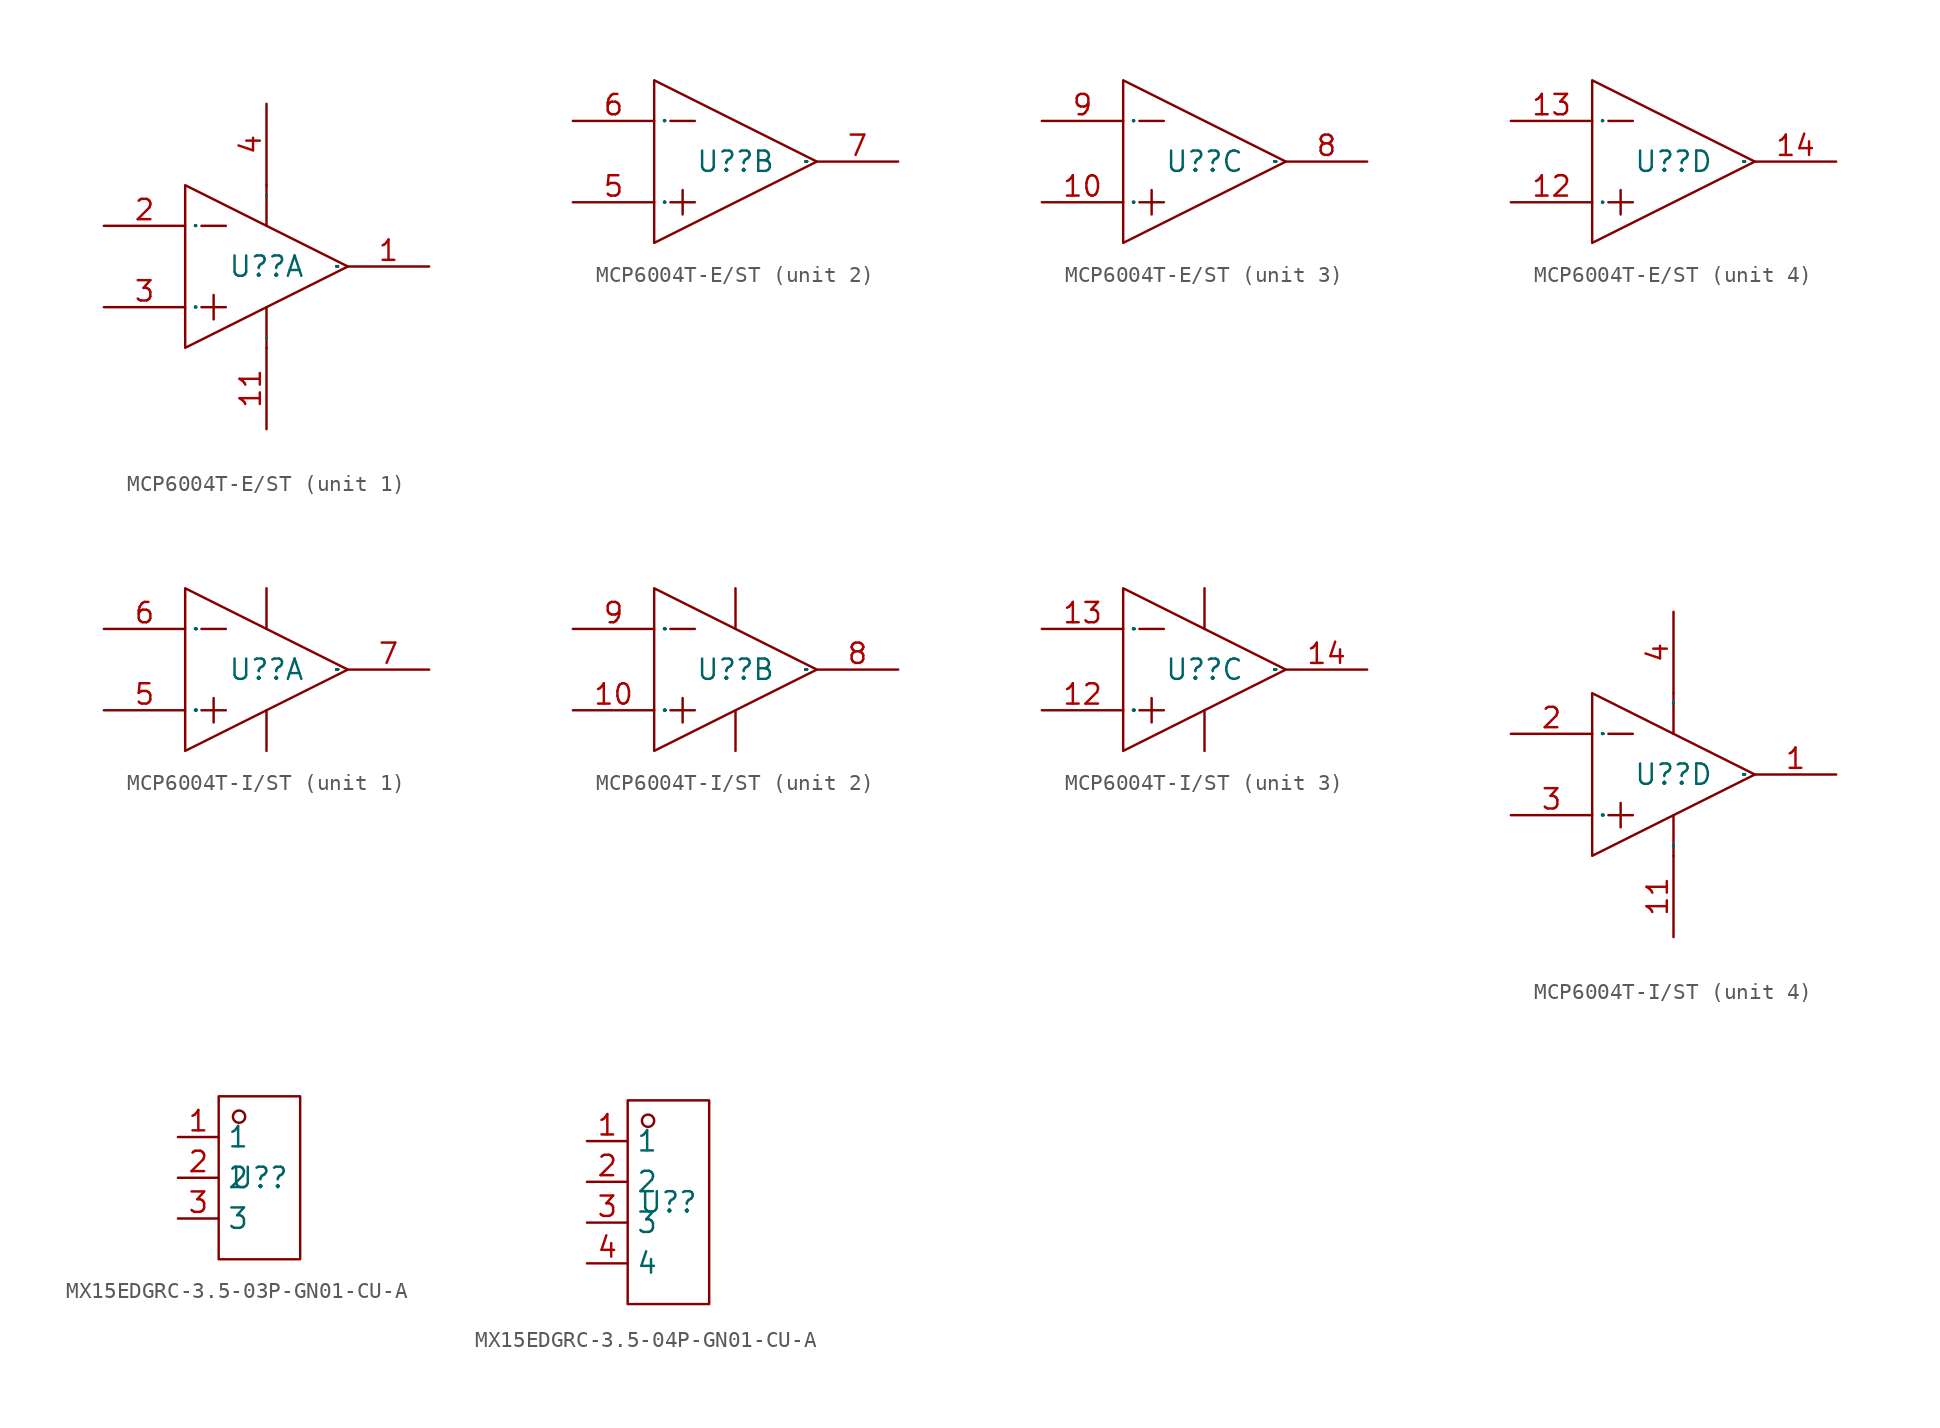
<source format=kicad_sym>
(kicad_symbol_lib
  (version 20231120)
  (generator "kicad_symbol_editor")
  (generator_version "8.0")
  (symbol "MCP6004T-E/ST"
    (property "Reference" "U?"
      (at 0 0 0)
      (effects (font (size 1.27 1.27))))
    (property "Value" ""
      (at 0 0 0)
      (effects (font (size 1.27 1.27))))
    (symbol "MCP6004T-E/ST_1_0"
      (polyline (pts (xy -4.064 -2.54) (xy -2.54 -2.54)) (stroke (width 0) (type default)) (fill (type none)))
      (polyline (pts (xy -4.064 2.54) (xy -2.54 2.54)) (stroke (width 0) (type default)) (fill (type none)))
      (polyline (pts (xy -3.302 -1.778) (xy -3.302 -3.302)) (stroke (width 0) (type default)) (fill (type none)))
      (polyline (pts (xy 0 -2.54) (xy 0 -5.08)) (stroke (width 0) (type default)) (fill (type none)))
      (polyline (pts (xy 0 5.08) (xy 0 2.54)) (stroke (width 0) (type default)) (fill (type none)))
      (polyline (pts (xy -5.08 -5.08) (xy 5.08 0) (xy 5.08 0) (xy -5.08 5.08) (xy -5.08 5.08) (xy -5.08 -5.08)) (stroke (width 0) (type default)) (fill (type none)))
      (pin output line (at 10.16 0 180) (length 5.08) (name "OUT1" (effects (font (size 0.025 0.025)))) (number "1" (effects (font (size 1.27 1.27)))))
      (pin unspecified line (at 0 -10.16 90) (length 5.08) (name "V-" (effects (font (size 0.025 0.025)))) (number "11" (effects (font (size 1.27 1.27)))))
      (pin unspecified line (at -10.16 2.54 0) (length 5.08) (name "IN1-" (effects (font (size 0.025 0.025)))) (number "2" (effects (font (size 1.27 1.27)))))
      (pin unspecified line (at -10.16 -2.54 0) (length 5.08) (name "IN1+" (effects (font (size 0.025 0.025)))) (number "3" (effects (font (size 1.27 1.27)))))
      (pin unspecified line (at 0 10.16 270) (length 5.08) (name "V+" (effects (font (size 0.025 0.025)))) (number "4" (effects (font (size 1.27 1.27))))))
    (symbol "MCP6004T-E/ST_2_0"
      (polyline (pts (xy -4.064 -2.54) (xy -2.54 -2.54)) (stroke (width 0) (type default)) (fill (type none)))
      (polyline (pts (xy -4.064 2.54) (xy -2.54 2.54)) (stroke (width 0) (type default)) (fill (type none)))
      (polyline (pts (xy -3.302 -1.778) (xy -3.302 -3.302)) (stroke (width 0) (type default)) (fill (type none)))
      (polyline (pts (xy -5.08 -5.08) (xy 5.08 0) (xy 5.08 0) (xy -5.08 5.08) (xy -5.08 5.08) (xy -5.08 -5.08)) (stroke (width 0) (type default)) (fill (type none)))
      (pin unspecified line (at -10.16 -2.54 0) (length 5.08) (name "IN2+" (effects (font (size 0.025 0.025)))) (number "5" (effects (font (size 1.27 1.27)))))
      (pin unspecified line (at -10.16 2.54 0) (length 5.08) (name "IN2-" (effects (font (size 0.025 0.025)))) (number "6" (effects (font (size 1.27 1.27)))))
      (pin output line (at 10.16 0 180) (length 5.08) (name "OUT2" (effects (font (size 0.025 0.025)))) (number "7" (effects (font (size 1.27 1.27))))))
    (symbol "MCP6004T-E/ST_3_0"
      (polyline (pts (xy -4.064 -2.54) (xy -2.54 -2.54)) (stroke (width 0) (type default)) (fill (type none)))
      (polyline (pts (xy -4.064 2.54) (xy -2.54 2.54)) (stroke (width 0) (type default)) (fill (type none)))
      (polyline (pts (xy -3.302 -1.778) (xy -3.302 -3.302)) (stroke (width 0) (type default)) (fill (type none)))
      (polyline (pts (xy -5.08 -5.08) (xy 5.08 0) (xy 5.08 0) (xy -5.08 5.08) (xy -5.08 5.08) (xy -5.08 -5.08)) (stroke (width 0) (type default)) (fill (type none)))
      (pin unspecified line (at -10.16 -2.54 0) (length 5.08) (name "IN3+" (effects (font (size 0.025 0.025)))) (number "10" (effects (font (size 1.27 1.27)))))
      (pin output line (at 10.16 0 180) (length 5.08) (name "OUT3" (effects (font (size 0.025 0.025)))) (number "8" (effects (font (size 1.27 1.27)))))
      (pin unspecified line (at -10.16 2.54 0) (length 5.08) (name "IN3-" (effects (font (size 0.025 0.025)))) (number "9" (effects (font (size 1.27 1.27))))))
    (symbol "MCP6004T-E/ST_4_0"
      (polyline (pts (xy -4.064 -2.54) (xy -2.54 -2.54)) (stroke (width 0) (type default)) (fill (type none)))
      (polyline (pts (xy -4.064 2.54) (xy -2.54 2.54)) (stroke (width 0) (type default)) (fill (type none)))
      (polyline (pts (xy -3.302 -1.778) (xy -3.302 -3.302)) (stroke (width 0) (type default)) (fill (type none)))
      (polyline (pts (xy -5.08 -5.08) (xy 5.08 0) (xy 5.08 0) (xy -5.08 5.08) (xy -5.08 5.08) (xy -5.08 -5.08)) (stroke (width 0) (type default)) (fill (type none)))
      (pin unspecified line (at -10.16 -2.54 0) (length 5.08) (name "IN4+" (effects (font (size 0.025 0.025)))) (number "12" (effects (font (size 1.27 1.27)))))
      (pin unspecified line (at -10.16 2.54 0) (length 5.08) (name "IN4-" (effects (font (size 0.025 0.025)))) (number "13" (effects (font (size 1.27 1.27)))))
      (pin output line (at 10.16 0 180) (length 5.08) (name "OUT4" (effects (font (size 0.025 0.025)))) (number "14" (effects (font (size 1.27 1.27)))))))
  (symbol "MCP6004T-I/ST"
    (property "Reference" "U?"
      (at 0 0 0)
      (effects (font (size 1.27 1.27))))
    (property "Value" ""
      (at 0 0 0)
      (effects (font (size 1.27 1.27))))
    (symbol "MCP6004T-I/ST_1_0"
      (polyline (pts (xy -4.064 -2.54) (xy -2.54 -2.54)) (stroke (width 0) (type default)) (fill (type none)))
      (polyline (pts (xy -4.064 2.54) (xy -2.54 2.54)) (stroke (width 0) (type default)) (fill (type none)))
      (polyline (pts (xy -3.302 -1.778) (xy -3.302 -3.302)) (stroke (width 0) (type default)) (fill (type none)))
      (polyline (pts (xy 0 -2.54) (xy 0 -5.08)) (stroke (width 0) (type default)) (fill (type none)))
      (polyline (pts (xy 0 5.08) (xy 0 2.54)) (stroke (width 0) (type default)) (fill (type none)))
      (polyline (pts (xy -5.08 -5.08) (xy 5.08 0) (xy 5.08 0) (xy -5.08 5.08) (xy -5.08 5.08) (xy -5.08 -5.08)) (stroke (width 0) (type default)) (fill (type none)))
      (pin input line (at -10.16 -2.54 0) (length 5.08) (name "VINB+" (effects (font (size 0.025 0.025)))) (number "5" (effects (font (size 1.27 1.27)))))
      (pin input line (at -10.16 2.54 0) (length 5.08) (name "VINB-" (effects (font (size 0.025 0.025)))) (number "6" (effects (font (size 1.27 1.27)))))
      (pin output line (at 10.16 0 180) (length 5.08) (name "VOUTB" (effects (font (size 0.025 0.025)))) (number "7" (effects (font (size 1.27 1.27))))))
    (symbol "MCP6004T-I/ST_2_0"
      (polyline (pts (xy -4.064 -2.54) (xy -2.54 -2.54)) (stroke (width 0) (type default)) (fill (type none)))
      (polyline (pts (xy -4.064 2.54) (xy -2.54 2.54)) (stroke (width 0) (type default)) (fill (type none)))
      (polyline (pts (xy -3.302 -1.778) (xy -3.302 -3.302)) (stroke (width 0) (type default)) (fill (type none)))
      (polyline (pts (xy 0 -2.54) (xy 0 -5.08)) (stroke (width 0) (type default)) (fill (type none)))
      (polyline (pts (xy 0 5.08) (xy 0 2.54)) (stroke (width 0) (type default)) (fill (type none)))
      (polyline (pts (xy -5.08 -5.08) (xy 5.08 0) (xy 5.08 0) (xy -5.08 5.08) (xy -5.08 5.08) (xy -5.08 -5.08)) (stroke (width 0) (type default)) (fill (type none)))
      (pin input line (at -10.16 -2.54 0) (length 5.08) (name "VINC+" (effects (font (size 0.025 0.025)))) (number "10" (effects (font (size 1.27 1.27)))))
      (pin output line (at 10.16 0 180) (length 5.08) (name "VOUTC" (effects (font (size 0.025 0.025)))) (number "8" (effects (font (size 1.27 1.27)))))
      (pin input line (at -10.16 2.54 0) (length 5.08) (name "VINC-" (effects (font (size 0.025 0.025)))) (number "9" (effects (font (size 1.27 1.27))))))
    (symbol "MCP6004T-I/ST_3_0"
      (polyline (pts (xy -4.064 -2.54) (xy -2.54 -2.54)) (stroke (width 0) (type default)) (fill (type none)))
      (polyline (pts (xy -4.064 2.54) (xy -2.54 2.54)) (stroke (width 0) (type default)) (fill (type none)))
      (polyline (pts (xy -3.302 -1.778) (xy -3.302 -3.302)) (stroke (width 0) (type default)) (fill (type none)))
      (polyline (pts (xy 0 -2.54) (xy 0 -5.08)) (stroke (width 0) (type default)) (fill (type none)))
      (polyline (pts (xy 0 5.08) (xy 0 2.54)) (stroke (width 0) (type default)) (fill (type none)))
      (polyline (pts (xy -5.08 -5.08) (xy 5.08 0) (xy 5.08 0) (xy -5.08 5.08) (xy -5.08 5.08) (xy -5.08 -5.08)) (stroke (width 0) (type default)) (fill (type none)))
      (pin input line (at -10.16 -2.54 0) (length 5.08) (name "VIND+" (effects (font (size 0.025 0.025)))) (number "12" (effects (font (size 1.27 1.27)))))
      (pin input line (at -10.16 2.54 0) (length 5.08) (name "VIND-" (effects (font (size 0.025 0.025)))) (number "13" (effects (font (size 1.27 1.27)))))
      (pin output line (at 10.16 0 180) (length 5.08) (name "VOUTD" (effects (font (size 0.025 0.025)))) (number "14" (effects (font (size 1.27 1.27))))))
    (symbol "MCP6004T-I/ST_4_0"
      (polyline (pts (xy -4.064 -2.54) (xy -2.54 -2.54)) (stroke (width 0) (type default)) (fill (type none)))
      (polyline (pts (xy -4.064 2.54) (xy -2.54 2.54)) (stroke (width 0) (type default)) (fill (type none)))
      (polyline (pts (xy -3.302 -1.778) (xy -3.302 -3.302)) (stroke (width 0) (type default)) (fill (type none)))
      (polyline (pts (xy 0 -2.54) (xy 0 -5.08)) (stroke (width 0) (type default)) (fill (type none)))
      (polyline (pts (xy 0 5.08) (xy 0 2.54)) (stroke (width 0) (type default)) (fill (type none)))
      (polyline (pts (xy -5.08 -5.08) (xy 5.08 0) (xy 5.08 0) (xy -5.08 5.08) (xy -5.08 5.08) (xy -5.08 -5.08)) (stroke (width 0) (type default)) (fill (type none)))
      (pin output line (at 10.16 0 180) (length 5.08) (name "VOUTA" (effects (font (size 0.025 0.025)))) (number "1" (effects (font (size 1.27 1.27)))))
      (pin input line (at 0 -10.16 90) (length 5.08) (name "VSS" (effects (font (size 0.025 0.025)))) (number "11" (effects (font (size 1.27 1.27)))))
      (pin input line (at -10.16 2.54 0) (length 5.08) (name "VINA-" (effects (font (size 0.025 0.025)))) (number "2" (effects (font (size 1.27 1.27)))))
      (pin input line (at -10.16 -2.54 0) (length 5.08) (name "VINA+" (effects (font (size 0.025 0.025)))) (number "3" (effects (font (size 1.27 1.27)))))
      (pin input line (at 0 10.16 270) (length 5.08) (name "VDD" (effects (font (size 0.025 0.025)))) (number "4" (effects (font (size 1.27 1.27)))))))
  (symbol "MX15EDGRC-3.5-03P-GN01-CU-A"
    (property "Reference" "U?"
      (at 0 0 0)
      (effects (font (size 1.27 1.27))))
    (property "Value" ""
      (at 0 0 0)
      (effects (font (size 1.27 1.27))))
    (symbol "MX15EDGRC-3.5-03P-GN01-CU-A_1_0"
      (rectangle (start -2.54 -5.08) (end 2.54 5.08) (stroke (width 0) (type default)) (fill (type none)))
      (circle (center -1.27 3.81) (radius 0.381) (stroke (width 0) (type default)) (fill (type none)))
      (pin unspecified line (at -5.08 2.54 0) (length 2.54) (name "1" (effects (font (size 1.27 1.27)))) (number "1" (effects (font (size 1.27 1.27)))))
      (pin unspecified line (at -5.08 0 0) (length 2.54) (name "2" (effects (font (size 1.27 1.27)))) (number "2" (effects (font (size 1.27 1.27)))))
      (pin unspecified line (at -5.08 -2.54 0) (length 2.54) (name "3" (effects (font (size 1.27 1.27)))) (number "3" (effects (font (size 1.27 1.27)))))))
  (symbol "MX15EDGRC-3.5-04P-GN01-CU-A"
    (property "Reference" "U?"
      (at 0 0 0)
      (effects (font (size 1.27 1.27))))
    (property "Value" ""
      (at 0 0 0)
      (effects (font (size 1.27 1.27))))
    (symbol "MX15EDGRC-3.5-04P-GN01-CU-A_1_0"
      (rectangle (start -2.54 -6.35) (end 2.54 6.35) (stroke (width 0) (type default)) (fill (type none)))
      (circle (center -1.27 5.08) (radius 0.381) (stroke (width 0) (type default)) (fill (type none)))
      (pin unspecified line (at -5.08 3.81 0) (length 2.54) (name "1" (effects (font (size 1.27 1.27)))) (number "1" (effects (font (size 1.27 1.27)))))
      (pin unspecified line (at -5.08 1.27 0) (length 2.54) (name "2" (effects (font (size 1.27 1.27)))) (number "2" (effects (font (size 1.27 1.27)))))
      (pin unspecified line (at -5.08 -1.27 0) (length 2.54) (name "3" (effects (font (size 1.27 1.27)))) (number "3" (effects (font (size 1.27 1.27)))))
      (pin unspecified line (at -5.08 -3.81 0) (length 2.54) (name "4" (effects (font (size 1.27 1.27)))) (number "4" (effects (font (size 1.27 1.27))))))))
</source>
